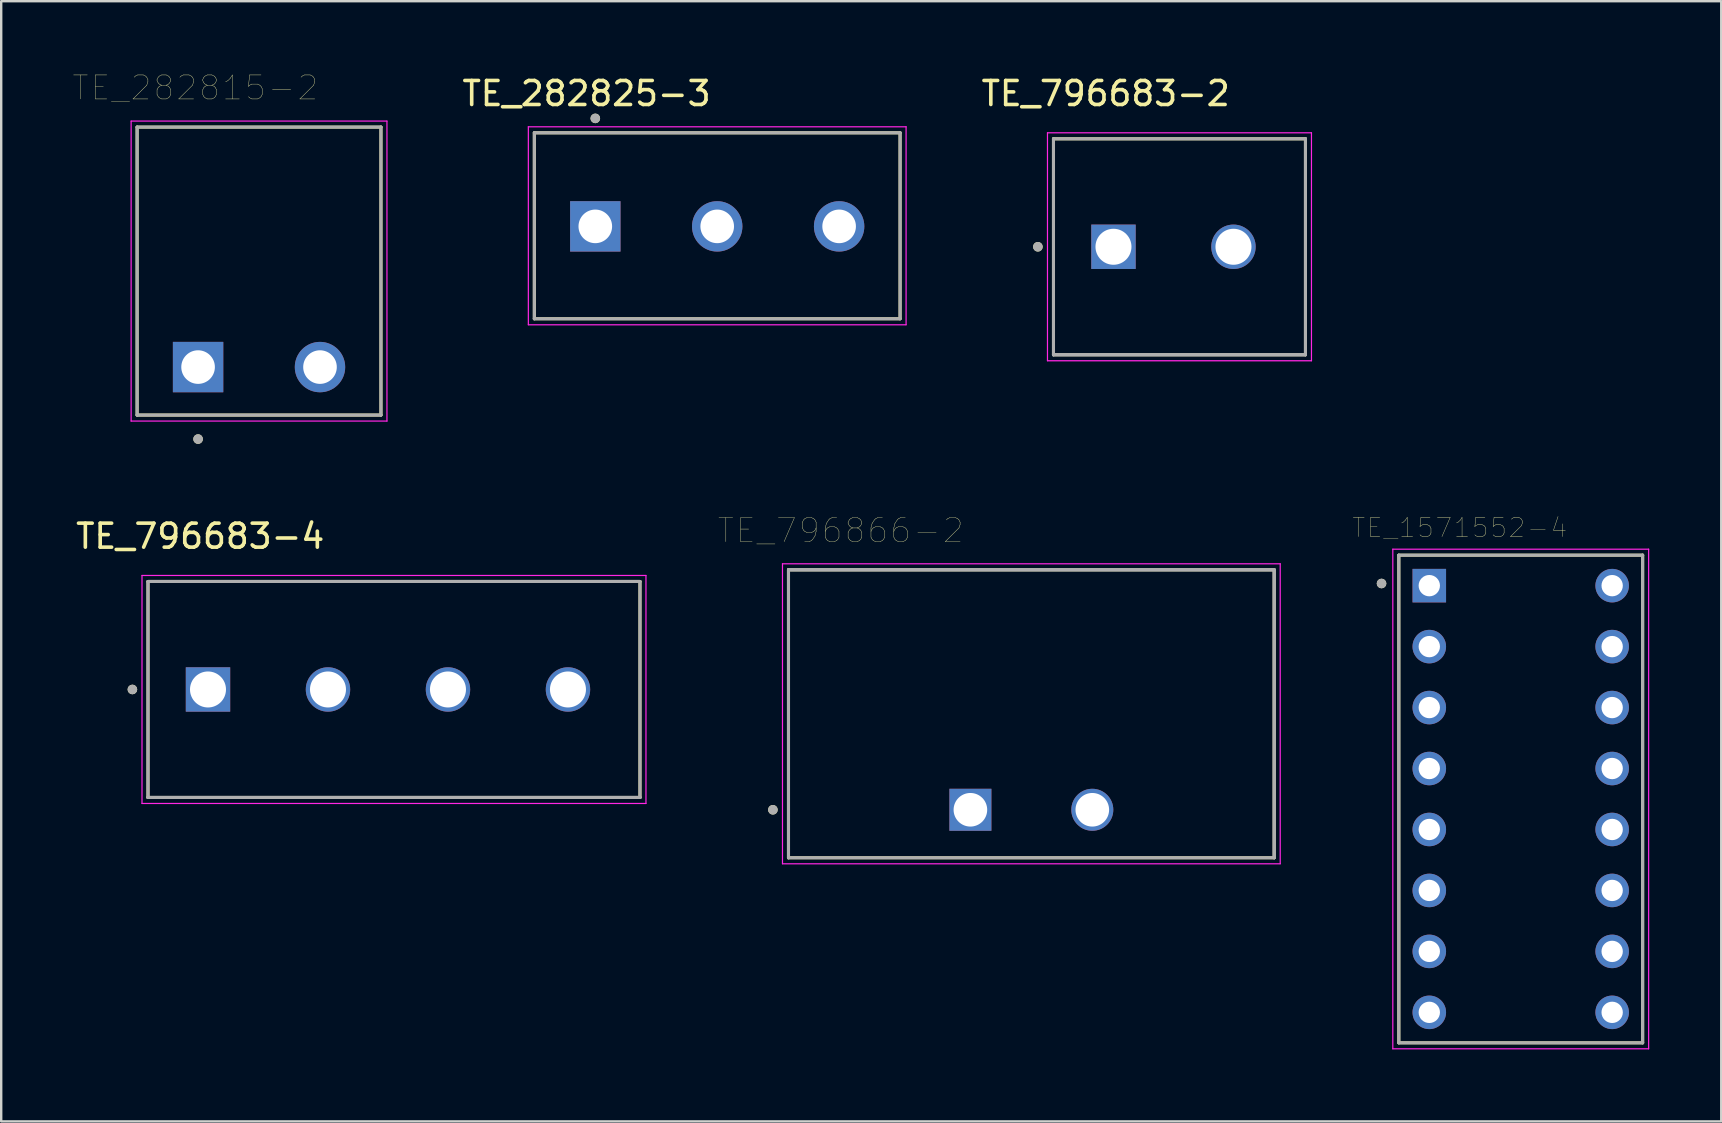
<source format=kicad_pcb>
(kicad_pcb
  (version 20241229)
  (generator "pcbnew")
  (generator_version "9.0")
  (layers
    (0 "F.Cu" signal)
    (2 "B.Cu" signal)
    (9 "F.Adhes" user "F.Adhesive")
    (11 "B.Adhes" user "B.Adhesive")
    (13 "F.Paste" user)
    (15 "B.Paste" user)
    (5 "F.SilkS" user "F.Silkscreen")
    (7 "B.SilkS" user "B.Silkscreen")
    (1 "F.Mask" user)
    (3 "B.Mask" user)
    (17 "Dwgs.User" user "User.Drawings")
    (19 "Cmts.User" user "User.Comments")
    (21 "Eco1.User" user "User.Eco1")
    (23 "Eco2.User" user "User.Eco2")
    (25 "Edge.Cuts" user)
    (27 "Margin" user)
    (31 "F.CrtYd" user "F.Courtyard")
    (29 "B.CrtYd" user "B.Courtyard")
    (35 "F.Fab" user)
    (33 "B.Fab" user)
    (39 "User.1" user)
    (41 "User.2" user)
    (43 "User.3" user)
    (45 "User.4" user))
  (footprint "TE_282815-2"
    (layer "F.Cu")
    (at 7.744 12.246)
    (property "Reference" "TE_282815-2" (at -2.655 -11.635 0) (layer "F.SilkS") (effects (font (size 1 1) (thickness 0.015))))
    (attr through_hole)
    (fp_line (start -5.08 -10) (end 5.08 -10) (stroke (width 0.127) (type solid)) (layer "F.SilkS"))
    (fp_line (start -5.08 2) (end -5.08 -10) (stroke (width 0.127) (type solid)) (layer "F.SilkS"))
    (fp_line (start 5.08 -10) (end 5.08 2) (stroke (width 0.127) (type solid)) (layer "F.SilkS"))
    (fp_line (start 5.08 2) (end -5.08 2) (stroke (width 0.127) (type solid)) (layer "F.SilkS"))
    (fp_circle (center -2.54 3) (end -2.44 3) (stroke (width 0.2) (type solid)) (fill no) (layer "F.SilkS"))
    (fp_line (start -5.33 -10.25) (end 5.33 -10.25) (stroke (width 0.05) (type solid)) (layer "F.CrtYd"))
    (fp_line (start -5.33 2.25) (end -5.33 -10.25) (stroke (width 0.05) (type solid)) (layer "F.CrtYd"))
    (fp_line (start 5.33 -10.25) (end 5.33 2.25) (stroke (width 0.05) (type solid)) (layer "F.CrtYd"))
    (fp_line (start 5.33 2.25) (end -5.33 2.25) (stroke (width 0.05) (type solid)) (layer "F.CrtYd"))
    (fp_line (start -5.08 -10) (end 5.08 -10) (stroke (width 0.127) (type solid)) (layer "F.Fab"))
    (fp_line (start -5.08 2) (end -5.08 -10) (stroke (width 0.127) (type solid)) (layer "F.Fab"))
    (fp_line (start 5.08 -10) (end 5.08 2) (stroke (width 0.127) (type solid)) (layer "F.Fab"))
    (fp_line (start 5.08 2) (end -5.08 2) (stroke (width 0.127) (type solid)) (layer "F.Fab"))
    (fp_circle (center -2.54 3) (end -2.44 3) (stroke (width 0.2) (type solid)) (fill no) (layer "F.Fab"))
    (pad "1" thru_hole rect (at -2.54 0) (size 2.1 2.1) (drill 1.4) (layers "*.Cu" "*.Mask"))
    (pad "2" thru_hole circle (at 2.54 0) (size 2.1 2.1) (drill 1.4) (layers "*.Cu" "*.Mask")))
  (footprint "TE_796866-2"
    (layer "F.Cu")
    (at 37.386 30.693)
    (property "Reference" "TE_796866-2" (at -5.405 -11.635 0) (layer "F.SilkS") (effects (font (size 1 1) (thickness 0.015))))
    (attr through_hole)
    (fp_line (start -7.58 2) (end -7.58 -10) (stroke (width 0.127) (type solid)) (layer "F.SilkS"))
    (fp_line (start 12.66 -10) (end -7.58 -10) (stroke (width 0.127) (type solid)) (layer "F.SilkS"))
    (fp_line (start 12.66 -10) (end 12.66 2) (stroke (width 0.127) (type solid)) (layer "F.SilkS"))
    (fp_line (start 12.66 2) (end -7.58 2) (stroke (width 0.127) (type solid)) (layer "F.SilkS"))
    (fp_circle (center -8.23 0) (end -8.13 0) (stroke (width 0.2) (type solid)) (fill no) (layer "F.SilkS"))
    (fp_line (start -7.83 -10.25) (end 12.91 -10.25) (stroke (width 0.05) (type solid)) (layer "F.CrtYd"))
    (fp_line (start -7.83 2.25) (end -7.83 -10.25) (stroke (width 0.05) (type solid)) (layer "F.CrtYd"))
    (fp_line (start 12.91 -10.25) (end 12.91 2.25) (stroke (width 0.05) (type solid)) (layer "F.CrtYd"))
    (fp_line (start 12.91 2.25) (end -7.83 2.25) (stroke (width 0.05) (type solid)) (layer "F.CrtYd"))
    (fp_line (start -7.58 -10) (end 12.66 -10) (stroke (width 0.127) (type solid)) (layer "F.Fab"))
    (fp_line (start -7.58 -10) (end 12.66 -10) (stroke (width 0.127) (type solid)) (layer "F.Fab"))
    (fp_line (start -7.58 2) (end -7.58 -10) (stroke (width 0.127) (type solid)) (layer "F.Fab"))
    (fp_line (start -7.58 2) (end -7.58 -10) (stroke (width 0.127) (type solid)) (layer "F.Fab"))
    (fp_line (start 12.66 -10) (end 12.66 2) (stroke (width 0.127) (type solid)) (layer "F.Fab"))
    (fp_line (start 12.66 -10) (end 12.66 2) (stroke (width 0.127) (type solid)) (layer "F.Fab"))
    (fp_line (start 12.66 2) (end -7.58 2) (stroke (width 0.127) (type solid)) (layer "F.Fab"))
    (fp_circle (center -8.23 0) (end -8.13 0) (stroke (width 0.2) (type solid)) (fill no) (layer "F.Fab"))
    (pad "1" thru_hole rect (at 0 0) (size 1.75 1.75) (drill 1.4) (layers "*.Cu" "*.Mask"))
    (pad "2" thru_hole circle (at 5.08 0) (size 1.75 1.75) (drill 1.4) (layers "*.Cu" "*.Mask")))
  (footprint "TE_796683-2"
    (layer "F.Cu")
    (at 43.348 7.233)
    (property "Reference" "TE_796683-2" (at -0.325 -6.385 0) (layer "F.SilkS") (effects (font (size 1 1) (thickness 0.15))))
    (attr through_hole)
    (fp_line (start -2.5 4.5) (end -2.5 -4.5) (stroke (width 0.127) (type solid)) (layer "F.SilkS"))
    (fp_line (start 8 -4.5) (end -2.5 -4.5) (stroke (width 0.127) (type solid)) (layer "F.SilkS"))
    (fp_line (start 8 -4.5) (end 8 4.5) (stroke (width 0.127) (type solid)) (layer "F.SilkS"))
    (fp_line (start 8 4.5) (end -2.5 4.5) (stroke (width 0.127) (type solid)) (layer "F.SilkS"))
    (fp_circle (center -3.15 0) (end -3.05 0) (stroke (width 0.2) (type solid)) (fill no) (layer "F.SilkS"))
    (fp_line (start -2.75 -4.75) (end 8.25 -4.75) (stroke (width 0.05) (type solid)) (layer "F.CrtYd"))
    (fp_line (start -2.75 4.75) (end -2.75 -4.75) (stroke (width 0.05) (type solid)) (layer "F.CrtYd"))
    (fp_line (start 8.25 -4.75) (end 8.25 4.75) (stroke (width 0.05) (type solid)) (layer "F.CrtYd"))
    (fp_line (start 8.25 4.75) (end -2.75 4.75) (stroke (width 0.05) (type solid)) (layer "F.CrtYd"))
    (fp_line (start -2.5 -4.5) (end 8 -4.5) (stroke (width 0.127) (type solid)) (layer "F.Fab"))
    (fp_line (start -2.5 4.5) (end -2.5 -4.5) (stroke (width 0.127) (type solid)) (layer "F.Fab"))
    (fp_line (start -2.5 4.5) (end -2.5 4.5) (stroke (width 0.127) (type solid)) (layer "F.Fab"))
    (fp_line (start -2.5 4.5) (end 8 4.5) (stroke (width 0.127) (type solid)) (layer "F.Fab"))
    (fp_line (start 8 -4.5) (end 8 4.5) (stroke (width 0.127) (type solid)) (layer "F.Fab"))
    (fp_line (start 8 4.5) (end -2.5 4.5) (stroke (width 0.127) (type solid)) (layer "F.Fab"))
    (fp_line (start 8 4.5) (end 8 4.5) (stroke (width 0.127) (type solid)) (layer "F.Fab"))
    (fp_circle (center -3.15 0) (end -3.05 0) (stroke (width 0.2) (type solid)) (fill no) (layer "F.Fab"))
    (pad "1" thru_hole rect (at 0 0) (size 1.85 1.85) (drill 1.5) (layers "*.Cu" "*.Mask"))
    (pad "2" thru_hole circle (at 5 0) (size 1.85 1.85) (drill 1.5) (layers "*.Cu" "*.Mask")))
  (footprint "TE_1571552-4"
    (layer "F.Cu")
    (at 60.318 30.244)
    (property "Reference" "TE_1571552-4" (at -2.54 -11.303 0) (layer "F.SilkS") (effects (font (size 0.8 0.8) (thickness 0.015))))
    (attr through_hole)
    (fp_line (start -5.08 -10.16) (end 5.08 -10.16) (stroke (width 0.127) (type solid)) (layer "F.SilkS"))
    (fp_line (start -5.08 10.16) (end -5.08 -10.16) (stroke (width 0.127) (type solid)) (layer "F.SilkS"))
    (fp_line (start 5.08 -10.16) (end 5.08 10.16) (stroke (width 0.127) (type solid)) (layer "F.SilkS"))
    (fp_line (start 5.08 10.16) (end -5.08 10.16) (stroke (width 0.127) (type solid)) (layer "F.SilkS"))
    (fp_circle (center -5.8 -8.98) (end -5.7 -8.98) (stroke (width 0.2) (type solid)) (fill no) (layer "F.SilkS"))
    (fp_line (start -5.33 -10.41) (end 5.33 -10.41) (stroke (width 0.05) (type solid)) (layer "F.CrtYd"))
    (fp_line (start -5.33 10.41) (end -5.33 -10.41) (stroke (width 0.05) (type solid)) (layer "F.CrtYd"))
    (fp_line (start 5.33 -10.41) (end 5.33 10.41) (stroke (width 0.05) (type solid)) (layer "F.CrtYd"))
    (fp_line (start 5.33 10.41) (end -5.33 10.41) (stroke (width 0.05) (type solid)) (layer "F.CrtYd"))
    (fp_line (start -5.08 -10.16) (end 5.08 -10.16) (stroke (width 0.127) (type solid)) (layer "F.Fab"))
    (fp_line (start -5.08 10.16) (end -5.08 -10.16) (stroke (width 0.127) (type solid)) (layer "F.Fab"))
    (fp_line (start 5.08 -10.16) (end 5.08 10.16) (stroke (width 0.127) (type solid)) (layer "F.Fab"))
    (fp_line (start 5.08 10.16) (end -5.08 10.16) (stroke (width 0.127) (type solid)) (layer "F.Fab"))
    (fp_circle (center -5.8 -8.98) (end -5.7 -8.98) (stroke (width 0.2) (type solid)) (fill no) (layer "F.Fab"))
    (pad "1" thru_hole rect (at -3.81 -8.89) (size 1.397 1.397) (drill 0.889) (layers "*.Cu" "*.Mask"))
    (pad "2" thru_hole circle (at -3.81 -6.35) (size 1.397 1.397) (drill 0.889) (layers "*.Cu" "*.Mask"))
    (pad "3" thru_hole circle (at -3.81 -3.81) (size 1.397 1.397) (drill 0.889) (layers "*.Cu" "*.Mask"))
    (pad "4" thru_hole circle (at -3.81 -1.27) (size 1.397 1.397) (drill 0.889) (layers "*.Cu" "*.Mask"))
    (pad "5" thru_hole circle (at -3.81 1.27) (size 1.397 1.397) (drill 0.889) (layers "*.Cu" "*.Mask"))
    (pad "6" thru_hole circle (at -3.81 3.81) (size 1.397 1.397) (drill 0.889) (layers "*.Cu" "*.Mask"))
    (pad "7" thru_hole circle (at -3.81 6.35) (size 1.397 1.397) (drill 0.889) (layers "*.Cu" "*.Mask"))
    (pad "8" thru_hole circle (at -3.81 8.89) (size 1.397 1.397) (drill 0.889) (layers "*.Cu" "*.Mask"))
    (pad "9" thru_hole circle (at 3.81 8.89) (size 1.397 1.397) (drill 0.889) (layers "*.Cu" "*.Mask"))
    (pad "10" thru_hole circle (at 3.81 6.35) (size 1.397 1.397) (drill 0.889) (layers "*.Cu" "*.Mask"))
    (pad "11" thru_hole circle (at 3.81 3.81) (size 1.397 1.397) (drill 0.889) (layers "*.Cu" "*.Mask"))
    (pad "12" thru_hole circle (at 3.81 1.27) (size 1.397 1.397) (drill 0.889) (layers "*.Cu" "*.Mask"))
    (pad "13" thru_hole circle (at 3.81 -1.27) (size 1.397 1.397) (drill 0.889) (layers "*.Cu" "*.Mask"))
    (pad "14" thru_hole circle (at 3.81 -3.81) (size 1.397 1.397) (drill 0.889) (layers "*.Cu" "*.Mask"))
    (pad "15" thru_hole circle (at 3.81 -6.35) (size 1.397 1.397) (drill 0.889) (layers "*.Cu" "*.Mask"))
    (pad "16" thru_hole circle (at 3.81 -8.89) (size 1.397 1.397) (drill 0.889) (layers "*.Cu" "*.Mask")))
  (footprint "TE_796683-4"
    (layer "F.Cu")
    (at 5.617 25.68)
    (property "Reference" "TE_796683-4" (at -0.325 -6.385 0) (layer "F.SilkS") (effects (font (size 1 1) (thickness 0.15))))
    (attr through_hole)
    (fp_line (start -2.5 4.5) (end -2.5 -4.5) (stroke (width 0.127) (type solid)) (layer "F.SilkS"))
    (fp_line (start 18 -4.5) (end -2.5 -4.5) (stroke (width 0.127) (type solid)) (layer "F.SilkS"))
    (fp_line (start 18 -4.5) (end 18 4.5) (stroke (width 0.127) (type solid)) (layer "F.SilkS"))
    (fp_line (start 18 4.5) (end -2.5 4.5) (stroke (width 0.127) (type solid)) (layer "F.SilkS"))
    (fp_circle (center -3.15 0) (end -3.05 0) (stroke (width 0.2) (type solid)) (fill no) (layer "F.SilkS"))
    (fp_line (start -2.75 -4.75) (end 18.25 -4.75) (stroke (width 0.05) (type solid)) (layer "F.CrtYd"))
    (fp_line (start -2.75 4.75) (end -2.75 -4.75) (stroke (width 0.05) (type solid)) (layer "F.CrtYd"))
    (fp_line (start 18.25 -4.75) (end 18.25 4.75) (stroke (width 0.05) (type solid)) (layer "F.CrtYd"))
    (fp_line (start 18.25 4.75) (end -2.75 4.75) (stroke (width 0.05) (type solid)) (layer "F.CrtYd"))
    (fp_line (start -2.5 -4.5) (end 18 -4.5) (stroke (width 0.127) (type solid)) (layer "F.Fab"))
    (fp_line (start -2.5 4.5) (end -2.5 -4.5) (stroke (width 0.127) (type solid)) (layer "F.Fab"))
    (fp_line (start -2.5 4.5) (end -2.5 4.5) (stroke (width 0.127) (type solid)) (layer "F.Fab"))
    (fp_line (start -2.5 4.5) (end 18 4.5) (stroke (width 0.127) (type solid)) (layer "F.Fab"))
    (fp_line (start 18 -4.5) (end 18 4.5) (stroke (width 0.127) (type solid)) (layer "F.Fab"))
    (fp_line (start 18 4.5) (end -2.5 4.5) (stroke (width 0.127) (type solid)) (layer "F.Fab"))
    (fp_line (start 18 4.5) (end 18 4.5) (stroke (width 0.127) (type solid)) (layer "F.Fab"))
    (fp_circle (center -3.15 0) (end -3.05 0) (stroke (width 0.2) (type solid)) (fill no) (layer "F.Fab"))
    (pad "1" thru_hole rect (at 0 0) (size 1.85 1.85) (drill 1.5) (layers "*.Cu" "*.Mask"))
    (pad "2" thru_hole circle (at 5 0) (size 1.85 1.85) (drill 1.5) (layers "*.Cu" "*.Mask"))
    (pad "3" thru_hole circle (at 10 0) (size 1.85 1.85) (drill 1.5) (layers "*.Cu" "*.Mask"))
    (pad "4" thru_hole circle (at 15 0) (size 1.85 1.85) (drill 1.5) (layers "*.Cu" "*.Mask")))
  (footprint "TE_282825-3"
    (layer "F.Cu")
    (at 26.836 6.383)
    (property "Reference" "TE_282825-3" (at -5.445 -5.535 0) (layer "F.SilkS") (effects (font (size 1 1) (thickness 0.15))))
    (attr through_hole)
    (fp_line (start -7.62 -3.9) (end 7.62 -3.9) (stroke (width 0.127) (type solid)) (layer "F.SilkS"))
    (fp_line (start -7.62 3.85) (end -7.62 -3.9) (stroke (width 0.127) (type solid)) (layer "F.SilkS"))
    (fp_line (start 7.62 -3.9) (end 7.62 3.85) (stroke (width 0.127) (type solid)) (layer "F.SilkS"))
    (fp_line (start 7.62 3.85) (end -7.62 3.85) (stroke (width 0.127) (type solid)) (layer "F.SilkS"))
    (fp_circle (center -5.08 -4.5) (end -4.98 -4.5) (stroke (width 0.2) (type solid)) (fill no) (layer "F.SilkS"))
    (fp_line (start -7.87 -4.15) (end 7.87 -4.15) (stroke (width 0.05) (type solid)) (layer "F.CrtYd"))
    (fp_line (start -7.87 4.1) (end -7.87 -4.15) (stroke (width 0.05) (type solid)) (layer "F.CrtYd"))
    (fp_line (start 7.87 -4.15) (end 7.87 4.1) (stroke (width 0.05) (type solid)) (layer "F.CrtYd"))
    (fp_line (start 7.87 4.1) (end -7.87 4.1) (stroke (width 0.05) (type solid)) (layer "F.CrtYd"))
    (fp_line (start -7.62 -3.9) (end 7.62 -3.9) (stroke (width 0.127) (type solid)) (layer "F.Fab"))
    (fp_line (start -7.62 3.85) (end -7.62 -3.9) (stroke (width 0.127) (type solid)) (layer "F.Fab"))
    (fp_line (start 7.62 -3.9) (end 7.62 3.85) (stroke (width 0.127) (type solid)) (layer "F.Fab"))
    (fp_line (start 7.62 3.85) (end -7.62 3.85) (stroke (width 0.127) (type solid)) (layer "F.Fab"))
    (fp_circle (center -5.08 -4.5) (end -4.98 -4.5) (stroke (width 0.2) (type solid)) (fill no) (layer "F.Fab"))
    (pad "1" thru_hole rect (at -5.08 0) (size 2.1 2.1) (drill 1.4) (layers "*.Cu" "*.Mask"))
    (pad "2" thru_hole circle (at 0 0) (size 2.1 2.1) (drill 1.4) (layers "*.Cu" "*.Mask"))
    (pad "3" thru_hole circle (at 5.08 0) (size 2.1 2.1) (drill 1.4) (layers "*.Cu" "*.Mask")))
  (gr_rect
    (start -3 -3)
    (end 68.673 43.679)
    (stroke (width 0.1) (type default))
    (fill no)
    (layer "Edge.Cuts")))
</source>
